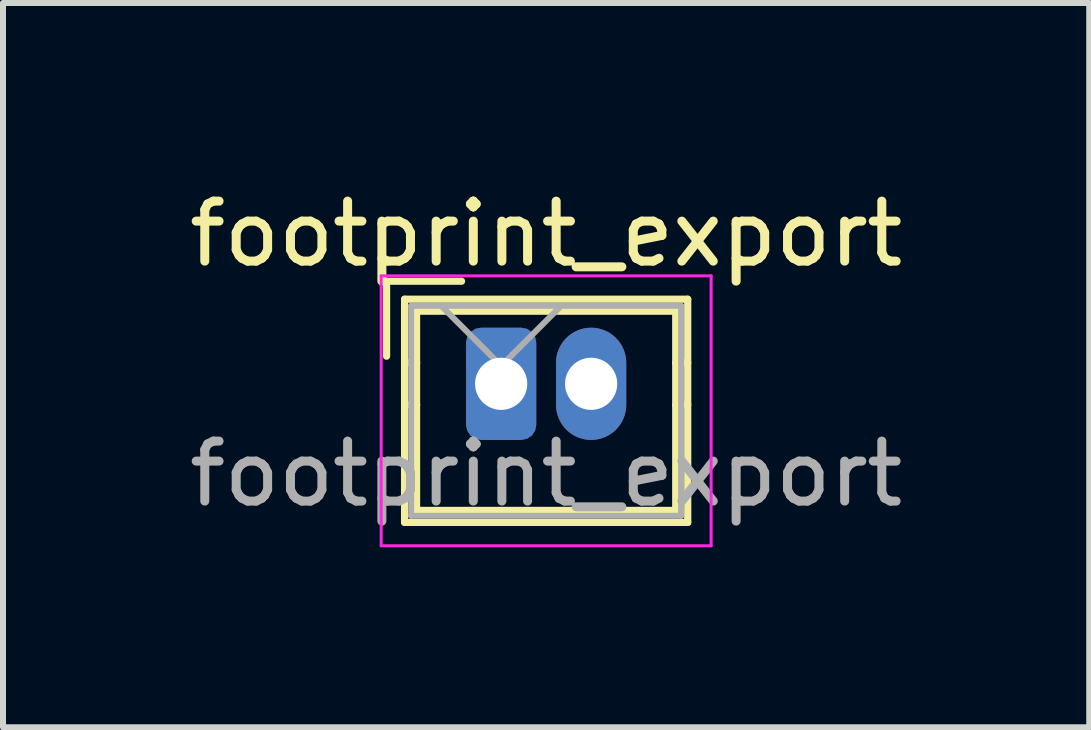
<source format=kicad_pcb>
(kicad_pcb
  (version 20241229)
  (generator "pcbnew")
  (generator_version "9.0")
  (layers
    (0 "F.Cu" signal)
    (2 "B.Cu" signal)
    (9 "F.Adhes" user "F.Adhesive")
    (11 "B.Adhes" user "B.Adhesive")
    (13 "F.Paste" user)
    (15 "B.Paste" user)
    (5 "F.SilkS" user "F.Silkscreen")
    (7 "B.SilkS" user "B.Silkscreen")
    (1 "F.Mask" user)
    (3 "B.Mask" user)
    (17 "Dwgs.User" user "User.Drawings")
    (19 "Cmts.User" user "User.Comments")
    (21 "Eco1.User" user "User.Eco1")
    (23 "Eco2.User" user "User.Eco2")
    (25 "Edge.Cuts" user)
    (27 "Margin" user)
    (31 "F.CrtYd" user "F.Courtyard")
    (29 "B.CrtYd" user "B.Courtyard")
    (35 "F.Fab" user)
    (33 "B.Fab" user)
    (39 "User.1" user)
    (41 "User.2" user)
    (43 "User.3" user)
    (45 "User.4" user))
  (footprint "footprint_export"
    (layer "F.Cu")
    (at 5.304 3.348)
    (property "Reference" "footprint_export" (at 0.75 -2.5 0) (layer "F.SilkS") (effects (font (size 1 1) (thickness 0.15))))
    (attr through_hole)
    (fp_line (start -1.91 -1.71) (end -1.91 -0.46) (stroke (width 0.12) (type solid)) (layer "F.SilkS"))
    (fp_line (start -1.61 -1.41) (end -1.61 2.31) (stroke (width 0.12) (type solid)) (layer "F.SilkS"))
    (fp_line (start -1.61 -0.35) (end -1.41 -0.35) (stroke (width 0.12) (type solid)) (layer "F.SilkS"))
    (fp_line (start -1.61 2.31) (end 3.11 2.31) (stroke (width 0.12) (type solid)) (layer "F.SilkS"))
    (fp_line (start -1.41 -1.21) (end 2.91 -1.21) (stroke (width 0.12) (type solid)) (layer "F.SilkS"))
    (fp_line (start -1.41 -0.35) (end -1.41 -1.21) (stroke (width 0.12) (type solid)) (layer "F.SilkS"))
    (fp_line (start -1.41 -0.35) (end -1.41 0.35) (stroke (width 0.12) (type solid)) (layer "F.SilkS"))
    (fp_line (start -1.41 0.35) (end -1.61 0.35) (stroke (width 0.12) (type solid)) (layer "F.SilkS"))
    (fp_line (start -1.41 0.35) (end -1.41 2.11) (stroke (width 0.12) (type solid)) (layer "F.SilkS"))
    (fp_line (start -1.41 2.11) (end 2.91 2.11) (stroke (width 0.12) (type solid)) (layer "F.SilkS"))
    (fp_line (start -0.66 -1.71) (end -1.91 -1.71) (stroke (width 0.12) (type solid)) (layer "F.SilkS"))
    (fp_line (start 2.91 -1.21) (end 2.91 -0.35) (stroke (width 0.12) (type solid)) (layer "F.SilkS"))
    (fp_line (start 2.91 -0.35) (end 2.91 0.35) (stroke (width 0.12) (type solid)) (layer "F.SilkS"))
    (fp_line (start 2.91 -0.35) (end 3.11 -0.35) (stroke (width 0.12) (type solid)) (layer "F.SilkS"))
    (fp_line (start 2.91 0.35) (end 3.11 0.35) (stroke (width 0.12) (type solid)) (layer "F.SilkS"))
    (fp_line (start 2.91 2.11) (end 2.91 0.35) (stroke (width 0.12) (type solid)) (layer "F.SilkS"))
    (fp_line (start 3.11 -1.41) (end -1.61 -1.41) (stroke (width 0.12) (type solid)) (layer "F.SilkS"))
    (fp_line (start 3.11 2.31) (end 3.11 -1.41) (stroke (width 0.12) (type solid)) (layer "F.SilkS"))
    (fp_line (start -2 -1.8) (end -2 2.7) (stroke (width 0.05) (type solid)) (layer "F.CrtYd"))
    (fp_line (start -2 2.7) (end 3.5 2.7) (stroke (width 0.05) (type solid)) (layer "F.CrtYd"))
    (fp_line (start 3.5 -1.8) (end -2 -1.8) (stroke (width 0.05) (type solid)) (layer "F.CrtYd"))
    (fp_line (start 3.5 2.7) (end 3.5 -1.8) (stroke (width 0.05) (type solid)) (layer "F.CrtYd"))
    (fp_line (start -1.5 -1.3) (end -1.5 2.2) (stroke (width 0.1) (type solid)) (layer "F.Fab"))
    (fp_line (start -1.5 2.2) (end 3 2.2) (stroke (width 0.1) (type solid)) (layer "F.Fab"))
    (fp_line (start -1 -1.3) (end 0 -0.3) (stroke (width 0.1) (type solid)) (layer "F.Fab"))
    (fp_line (start 0 -0.3) (end 1 -1.3) (stroke (width 0.1) (type solid)) (layer "F.Fab"))
    (fp_line (start 3 -1.3) (end -1.5 -1.3) (stroke (width 0.1) (type solid)) (layer "F.Fab"))
    (fp_line (start 3 2.2) (end 3 -1.3) (stroke (width 0.1) (type solid)) (layer "F.Fab"))
    (fp_text user "${REFERENCE}" (at 0.75 1.5 0) (layer "F.Fab") (effects (font (size 1 1) (thickness 0.15))))
    (pad "1" thru_hole roundrect (at 0 0) (size 1.17 1.87) (drill 0.87) (layers "*.Cu" "*.Mask") (roundrect_rratio 0.214))
    (pad "2" thru_hole oval (at 1.5 0) (size 1.17 1.87) (drill 0.87) (layers "*.Cu" "*.Mask")))
  (gr_rect
    (start -3 -3)
    (end 15.107 9.073)
    (stroke (width 0.1) (type default))
    (fill no)
    (layer "Edge.Cuts")))
</source>
